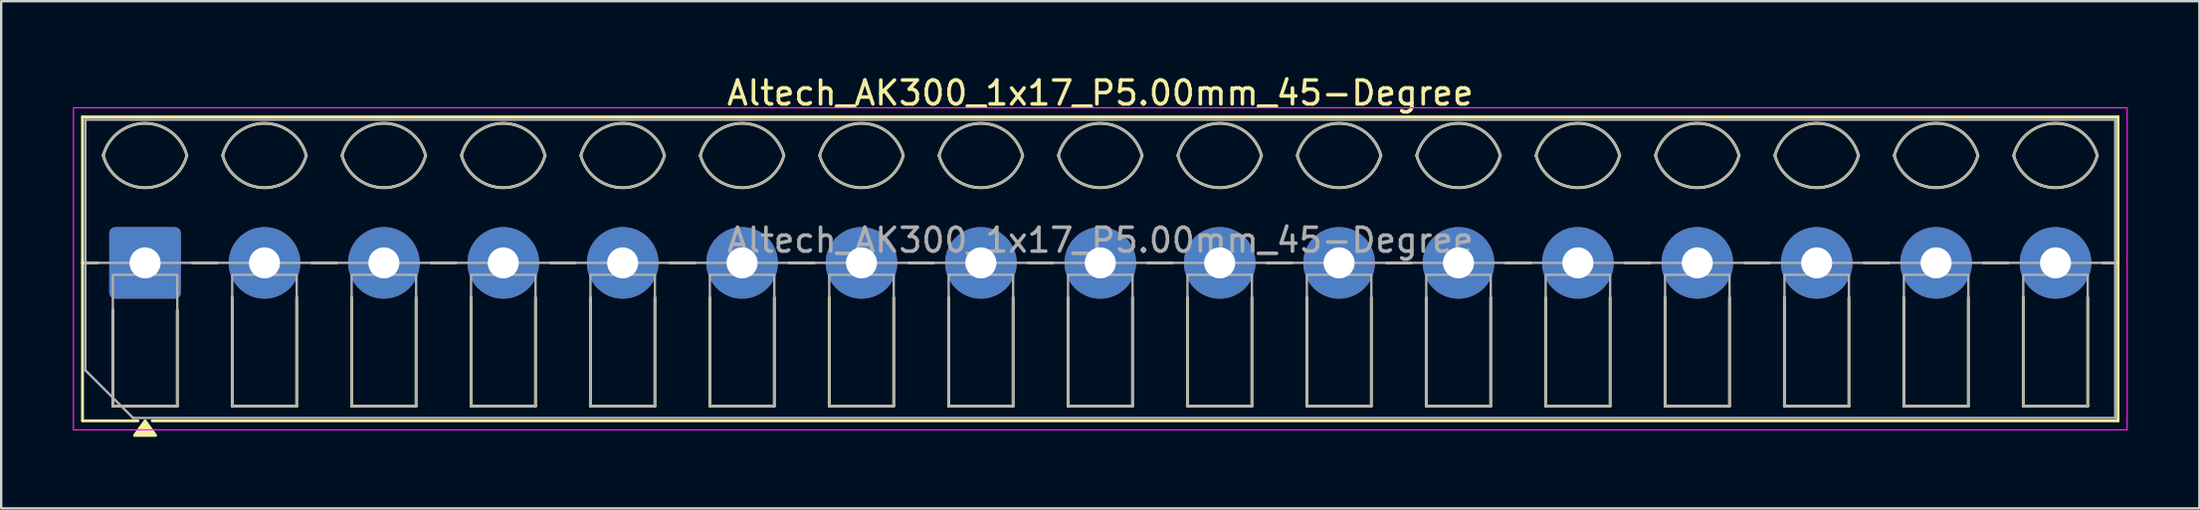
<source format=kicad_pcb>
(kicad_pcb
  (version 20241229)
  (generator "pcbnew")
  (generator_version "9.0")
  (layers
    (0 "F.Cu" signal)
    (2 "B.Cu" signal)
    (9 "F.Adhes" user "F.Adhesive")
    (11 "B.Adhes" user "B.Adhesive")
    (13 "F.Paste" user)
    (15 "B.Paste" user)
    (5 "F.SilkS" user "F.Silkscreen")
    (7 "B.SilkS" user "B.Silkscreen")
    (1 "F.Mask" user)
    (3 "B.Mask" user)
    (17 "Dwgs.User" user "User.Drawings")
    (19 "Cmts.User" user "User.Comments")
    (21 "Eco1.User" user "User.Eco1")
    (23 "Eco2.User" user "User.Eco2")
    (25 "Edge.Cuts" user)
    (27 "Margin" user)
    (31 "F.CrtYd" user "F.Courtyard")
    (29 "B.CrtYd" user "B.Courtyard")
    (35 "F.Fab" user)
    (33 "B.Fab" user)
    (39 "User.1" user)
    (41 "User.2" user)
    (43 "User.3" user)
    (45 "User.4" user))
  (footprint "Altech_AK300_1x17_P5.00mm_45-Degree"
    (layer "F.Cu")
    (at 3.025 7.968)
    (property "Reference" "Altech_AK300_1x17_P5.00mm_45-Degree" (at 40 -7.12 0) (layer "F.SilkS") (effects (font (size 1 1) (thickness 0.15))))
    (attr through_hole)
    (fp_line (start -2.62 -6.12) (end 82.62 -6.12) (stroke (width 0.12) (type solid)) (layer "F.SilkS"))
    (fp_line (start -2.62 0) (end -1.98 0) (stroke (width 0.12) (type solid)) (layer "F.SilkS"))
    (fp_line (start -2.62 6.62) (end -2.62 -6.12) (stroke (width 0.12) (type solid)) (layer "F.SilkS"))
    (fp_line (start -1.35 6) (end -1.35 1.98) (stroke (width 0.12) (type solid)) (layer "F.SilkS"))
    (fp_line (start -0.3 6.62) (end -2.62 6.62) (stroke (width 0.12) (type solid)) (layer "F.SilkS"))
    (fp_line (start 1.35 1.98) (end 1.35 6) (stroke (width 0.12) (type solid)) (layer "F.SilkS"))
    (fp_line (start 1.35 6) (end -1.35 6) (stroke (width 0.12) (type solid)) (layer "F.SilkS"))
    (fp_line (start 1.98 0) (end 3.02 0) (stroke (width 0.12) (type solid)) (layer "F.SilkS"))
    (fp_line (start 3.65 6) (end 3.65 1.448) (stroke (width 0.12) (type solid)) (layer "F.SilkS"))
    (fp_line (start 6.35 1.448) (end 6.35 6) (stroke (width 0.12) (type solid)) (layer "F.SilkS"))
    (fp_line (start 6.35 6) (end 3.65 6) (stroke (width 0.12) (type solid)) (layer "F.SilkS"))
    (fp_line (start 6.98 0) (end 8.02 0) (stroke (width 0.12) (type solid)) (layer "F.SilkS"))
    (fp_line (start 8.65 6) (end 8.65 1.448) (stroke (width 0.12) (type solid)) (layer "F.SilkS"))
    (fp_line (start 11.35 1.448) (end 11.35 6) (stroke (width 0.12) (type solid)) (layer "F.SilkS"))
    (fp_line (start 11.35 6) (end 8.65 6) (stroke (width 0.12) (type solid)) (layer "F.SilkS"))
    (fp_line (start 11.98 0) (end 13.02 0) (stroke (width 0.12) (type solid)) (layer "F.SilkS"))
    (fp_line (start 13.65 6) (end 13.65 1.448) (stroke (width 0.12) (type solid)) (layer "F.SilkS"))
    (fp_line (start 16.35 1.448) (end 16.35 6) (stroke (width 0.12) (type solid)) (layer "F.SilkS"))
    (fp_line (start 16.35 6) (end 13.65 6) (stroke (width 0.12) (type solid)) (layer "F.SilkS"))
    (fp_line (start 16.98 0) (end 18.02 0) (stroke (width 0.12) (type solid)) (layer "F.SilkS"))
    (fp_line (start 18.65 6) (end 18.65 1.448) (stroke (width 0.12) (type solid)) (layer "F.SilkS"))
    (fp_line (start 21.35 1.448) (end 21.35 6) (stroke (width 0.12) (type solid)) (layer "F.SilkS"))
    (fp_line (start 21.35 6) (end 18.65 6) (stroke (width 0.12) (type solid)) (layer "F.SilkS"))
    (fp_line (start 21.98 0) (end 23.02 0) (stroke (width 0.12) (type solid)) (layer "F.SilkS"))
    (fp_line (start 23.65 6) (end 23.65 1.448) (stroke (width 0.12) (type solid)) (layer "F.SilkS"))
    (fp_line (start 26.35 1.448) (end 26.35 6) (stroke (width 0.12) (type solid)) (layer "F.SilkS"))
    (fp_line (start 26.35 6) (end 23.65 6) (stroke (width 0.12) (type solid)) (layer "F.SilkS"))
    (fp_line (start 26.98 0) (end 28.02 0) (stroke (width 0.12) (type solid)) (layer "F.SilkS"))
    (fp_line (start 28.65 6) (end 28.65 1.448) (stroke (width 0.12) (type solid)) (layer "F.SilkS"))
    (fp_line (start 31.35 1.448) (end 31.35 6) (stroke (width 0.12) (type solid)) (layer "F.SilkS"))
    (fp_line (start 31.35 6) (end 28.65 6) (stroke (width 0.12) (type solid)) (layer "F.SilkS"))
    (fp_line (start 31.98 0) (end 33.02 0) (stroke (width 0.12) (type solid)) (layer "F.SilkS"))
    (fp_line (start 33.65 6) (end 33.65 1.448) (stroke (width 0.12) (type solid)) (layer "F.SilkS"))
    (fp_line (start 36.35 1.448) (end 36.35 6) (stroke (width 0.12) (type solid)) (layer "F.SilkS"))
    (fp_line (start 36.35 6) (end 33.65 6) (stroke (width 0.12) (type solid)) (layer "F.SilkS"))
    (fp_line (start 36.98 0) (end 38.02 0) (stroke (width 0.12) (type solid)) (layer "F.SilkS"))
    (fp_line (start 38.65 6) (end 38.65 1.448) (stroke (width 0.12) (type solid)) (layer "F.SilkS"))
    (fp_line (start 41.35 1.448) (end 41.35 6) (stroke (width 0.12) (type solid)) (layer "F.SilkS"))
    (fp_line (start 41.35 6) (end 38.65 6) (stroke (width 0.12) (type solid)) (layer "F.SilkS"))
    (fp_line (start 41.98 0) (end 43.02 0) (stroke (width 0.12) (type solid)) (layer "F.SilkS"))
    (fp_line (start 43.65 6) (end 43.65 1.448) (stroke (width 0.12) (type solid)) (layer "F.SilkS"))
    (fp_line (start 46.35 1.448) (end 46.35 6) (stroke (width 0.12) (type solid)) (layer "F.SilkS"))
    (fp_line (start 46.35 6) (end 43.65 6) (stroke (width 0.12) (type solid)) (layer "F.SilkS"))
    (fp_line (start 46.98 0) (end 48.02 0) (stroke (width 0.12) (type solid)) (layer "F.SilkS"))
    (fp_line (start 48.65 6) (end 48.65 1.448) (stroke (width 0.12) (type solid)) (layer "F.SilkS"))
    (fp_line (start 51.35 1.448) (end 51.35 6) (stroke (width 0.12) (type solid)) (layer "F.SilkS"))
    (fp_line (start 51.35 6) (end 48.65 6) (stroke (width 0.12) (type solid)) (layer "F.SilkS"))
    (fp_line (start 51.98 0) (end 53.02 0) (stroke (width 0.12) (type solid)) (layer "F.SilkS"))
    (fp_line (start 53.65 6) (end 53.65 1.448) (stroke (width 0.12) (type solid)) (layer "F.SilkS"))
    (fp_line (start 56.35 1.448) (end 56.35 6) (stroke (width 0.12) (type solid)) (layer "F.SilkS"))
    (fp_line (start 56.35 6) (end 53.65 6) (stroke (width 0.12) (type solid)) (layer "F.SilkS"))
    (fp_line (start 56.98 0) (end 58.02 0) (stroke (width 0.12) (type solid)) (layer "F.SilkS"))
    (fp_line (start 58.65 6) (end 58.65 1.448) (stroke (width 0.12) (type solid)) (layer "F.SilkS"))
    (fp_line (start 61.35 1.448) (end 61.35 6) (stroke (width 0.12) (type solid)) (layer "F.SilkS"))
    (fp_line (start 61.35 6) (end 58.65 6) (stroke (width 0.12) (type solid)) (layer "F.SilkS"))
    (fp_line (start 61.98 0) (end 63.02 0) (stroke (width 0.12) (type solid)) (layer "F.SilkS"))
    (fp_line (start 63.65 6) (end 63.65 1.448) (stroke (width 0.12) (type solid)) (layer "F.SilkS"))
    (fp_line (start 66.35 1.448) (end 66.35 6) (stroke (width 0.12) (type solid)) (layer "F.SilkS"))
    (fp_line (start 66.35 6) (end 63.65 6) (stroke (width 0.12) (type solid)) (layer "F.SilkS"))
    (fp_line (start 66.98 0) (end 68.02 0) (stroke (width 0.12) (type solid)) (layer "F.SilkS"))
    (fp_line (start 68.65 6) (end 68.65 1.448) (stroke (width 0.12) (type solid)) (layer "F.SilkS"))
    (fp_line (start 71.35 1.448) (end 71.35 6) (stroke (width 0.12) (type solid)) (layer "F.SilkS"))
    (fp_line (start 71.35 6) (end 68.65 6) (stroke (width 0.12) (type solid)) (layer "F.SilkS"))
    (fp_line (start 71.98 0) (end 73.02 0) (stroke (width 0.12) (type solid)) (layer "F.SilkS"))
    (fp_line (start 73.65 6) (end 73.65 1.448) (stroke (width 0.12) (type solid)) (layer "F.SilkS"))
    (fp_line (start 76.35 1.448) (end 76.35 6) (stroke (width 0.12) (type solid)) (layer "F.SilkS"))
    (fp_line (start 76.35 6) (end 73.65 6) (stroke (width 0.12) (type solid)) (layer "F.SilkS"))
    (fp_line (start 76.98 0) (end 78.02 0) (stroke (width 0.12) (type solid)) (layer "F.SilkS"))
    (fp_line (start 78.65 6) (end 78.65 1.448) (stroke (width 0.12) (type solid)) (layer "F.SilkS"))
    (fp_line (start 81.35 1.448) (end 81.35 6) (stroke (width 0.12) (type solid)) (layer "F.SilkS"))
    (fp_line (start 81.35 6) (end 78.65 6) (stroke (width 0.12) (type solid)) (layer "F.SilkS"))
    (fp_line (start 81.98 0) (end 82.62 0) (stroke (width 0.12) (type solid)) (layer "F.SilkS"))
    (fp_line (start 82.62 -6.12) (end 82.62 6.62) (stroke (width 0.12) (type solid)) (layer "F.SilkS"))
    (fp_line (start 82.62 6.62) (end 0.3 6.62) (stroke (width 0.12) (type solid)) (layer "F.SilkS"))
    (fp_arc (start -1.75 -4.5) (mid 0 -5.85) (end 1.75 -4.5) (stroke (width 0.12) (type solid)) (layer "F.SilkS"))
    (fp_arc (start 1.75 -4.5) (mid 0 -3.15) (end -1.75 -4.5) (stroke (width 0.12) (type solid)) (layer "F.SilkS"))
    (fp_arc (start 3.25 -4.5) (mid 5 -5.85) (end 6.75 -4.5) (stroke (width 0.12) (type solid)) (layer "F.SilkS"))
    (fp_arc (start 6.75 -4.5) (mid 5 -3.15) (end 3.25 -4.5) (stroke (width 0.12) (type solid)) (layer "F.SilkS"))
    (fp_arc (start 8.25 -4.5) (mid 10 -5.85) (end 11.75 -4.5) (stroke (width 0.12) (type solid)) (layer "F.SilkS"))
    (fp_arc (start 11.75 -4.5) (mid 10 -3.15) (end 8.25 -4.5) (stroke (width 0.12) (type solid)) (layer "F.SilkS"))
    (fp_arc (start 13.25 -4.5) (mid 15 -5.85) (end 16.75 -4.5) (stroke (width 0.12) (type solid)) (layer "F.SilkS"))
    (fp_arc (start 16.75 -4.5) (mid 15 -3.15) (end 13.25 -4.5) (stroke (width 0.12) (type solid)) (layer "F.SilkS"))
    (fp_arc (start 18.25 -4.5) (mid 20 -5.85) (end 21.75 -4.5) (stroke (width 0.12) (type solid)) (layer "F.SilkS"))
    (fp_arc (start 21.75 -4.5) (mid 20 -3.15) (end 18.25 -4.5) (stroke (width 0.12) (type solid)) (layer "F.SilkS"))
    (fp_arc (start 23.25 -4.5) (mid 25 -5.85) (end 26.75 -4.5) (stroke (width 0.12) (type solid)) (layer "F.SilkS"))
    (fp_arc (start 26.75 -4.5) (mid 25 -3.15) (end 23.25 -4.5) (stroke (width 0.12) (type solid)) (layer "F.SilkS"))
    (fp_arc (start 28.25 -4.5) (mid 30 -5.85) (end 31.75 -4.5) (stroke (width 0.12) (type solid)) (layer "F.SilkS"))
    (fp_arc (start 31.75 -4.5) (mid 30 -3.15) (end 28.25 -4.5) (stroke (width 0.12) (type solid)) (layer "F.SilkS"))
    (fp_arc (start 33.25 -4.5) (mid 35 -5.85) (end 36.75 -4.5) (stroke (width 0.12) (type solid)) (layer "F.SilkS"))
    (fp_arc (start 36.75 -4.5) (mid 35 -3.15) (end 33.25 -4.5) (stroke (width 0.12) (type solid)) (layer "F.SilkS"))
    (fp_arc (start 38.25 -4.5) (mid 40 -5.85) (end 41.75 -4.5) (stroke (width 0.12) (type solid)) (layer "F.SilkS"))
    (fp_arc (start 41.75 -4.5) (mid 40 -3.15) (end 38.25 -4.5) (stroke (width 0.12) (type solid)) (layer "F.SilkS"))
    (fp_arc (start 43.25 -4.5) (mid 45 -5.85) (end 46.75 -4.5) (stroke (width 0.12) (type solid)) (layer "F.SilkS"))
    (fp_arc (start 46.75 -4.5) (mid 45 -3.15) (end 43.25 -4.5) (stroke (width 0.12) (type solid)) (layer "F.SilkS"))
    (fp_arc (start 48.25 -4.5) (mid 50 -5.85) (end 51.75 -4.5) (stroke (width 0.12) (type solid)) (layer "F.SilkS"))
    (fp_arc (start 51.75 -4.5) (mid 50 -3.15) (end 48.25 -4.5) (stroke (width 0.12) (type solid)) (layer "F.SilkS"))
    (fp_arc (start 53.25 -4.5) (mid 55 -5.85) (end 56.75 -4.5) (stroke (width 0.12) (type solid)) (layer "F.SilkS"))
    (fp_arc (start 56.75 -4.5) (mid 55 -3.15) (end 53.25 -4.5) (stroke (width 0.12) (type solid)) (layer "F.SilkS"))
    (fp_arc (start 58.25 -4.5) (mid 60 -5.85) (end 61.75 -4.5) (stroke (width 0.12) (type solid)) (layer "F.SilkS"))
    (fp_arc (start 61.75 -4.5) (mid 60 -3.15) (end 58.25 -4.5) (stroke (width 0.12) (type solid)) (layer "F.SilkS"))
    (fp_arc (start 63.25 -4.5) (mid 65 -5.85) (end 66.75 -4.5) (stroke (width 0.12) (type solid)) (layer "F.SilkS"))
    (fp_arc (start 66.75 -4.5) (mid 65 -3.15) (end 63.25 -4.5) (stroke (width 0.12) (type solid)) (layer "F.SilkS"))
    (fp_arc (start 68.25 -4.5) (mid 70 -5.85) (end 71.75 -4.5) (stroke (width 0.12) (type solid)) (layer "F.SilkS"))
    (fp_arc (start 71.75 -4.5) (mid 70 -3.15) (end 68.25 -4.5) (stroke (width 0.12) (type solid)) (layer "F.SilkS"))
    (fp_arc (start 73.25 -4.5) (mid 75 -5.85) (end 76.75 -4.5) (stroke (width 0.12) (type solid)) (layer "F.SilkS"))
    (fp_arc (start 76.75 -4.5) (mid 75 -3.15) (end 73.25 -4.5) (stroke (width 0.12) (type solid)) (layer "F.SilkS"))
    (fp_arc (start 78.25 -4.5) (mid 80 -5.85) (end 81.75 -4.5) (stroke (width 0.12) (type solid)) (layer "F.SilkS"))
    (fp_arc (start 81.75 -4.5) (mid 80 -3.15) (end 78.25 -4.5) (stroke (width 0.12) (type solid)) (layer "F.SilkS"))
    (fp_poly (pts (xy 0 6.62) (xy 0.44 7.23) (xy -0.44 7.23)) (stroke (width 0.12) (type solid)) (fill yes) (layer "F.SilkS"))
    (fp_rect (start -3 -6.5) (end 83 7) (stroke (width 0.05) (type solid)) (fill no) (layer "F.CrtYd"))
    (fp_line (start -2.5 -6) (end 82.5 -6) (stroke (width 0.1) (type solid)) (layer "F.Fab"))
    (fp_line (start -2.5 0) (end 82.5 0) (stroke (width 0.1) (type solid)) (layer "F.Fab"))
    (fp_line (start -2.5 4.5) (end -2.5 -6) (stroke (width 0.1) (type solid)) (layer "F.Fab"))
    (fp_line (start -0.5 6.5) (end -2.5 4.5) (stroke (width 0.1) (type solid)) (layer "F.Fab"))
    (fp_line (start 82.5 -6) (end 82.5 6.5) (stroke (width 0.1) (type solid)) (layer "F.Fab"))
    (fp_line (start 82.5 6.5) (end -0.5 6.5) (stroke (width 0.1) (type solid)) (layer "F.Fab"))
    (fp_rect (start -1.35 0.5) (end 1.35 6) (stroke (width 0.1) (type solid)) (fill no) (layer "F.Fab"))
    (fp_rect (start 3.65 0.5) (end 6.35 6) (stroke (width 0.1) (type solid)) (fill no) (layer "F.Fab"))
    (fp_rect (start 8.65 0.5) (end 11.351 6) (stroke (width 0.1) (type solid)) (fill no) (layer "F.Fab"))
    (fp_rect (start 13.65 0.5) (end 16.351 6) (stroke (width 0.1) (type solid)) (fill no) (layer "F.Fab"))
    (fp_rect (start 18.65 0.5) (end 21.35 6) (stroke (width 0.1) (type solid)) (fill no) (layer "F.Fab"))
    (fp_rect (start 23.65 0.5) (end 26.35 6) (stroke (width 0.1) (type solid)) (fill no) (layer "F.Fab"))
    (fp_rect (start 28.65 0.5) (end 31.35 6) (stroke (width 0.1) (type solid)) (fill no) (layer "F.Fab"))
    (fp_rect (start 33.65 0.5) (end 36.35 6) (stroke (width 0.1) (type solid)) (fill no) (layer "F.Fab"))
    (fp_rect (start 38.65 0.5) (end 41.35 6) (stroke (width 0.1) (type solid)) (fill no) (layer "F.Fab"))
    (fp_rect (start 43.65 0.5) (end 46.35 6) (stroke (width 0.1) (type solid)) (fill no) (layer "F.Fab"))
    (fp_rect (start 48.65 0.5) (end 51.35 6) (stroke (width 0.1) (type solid)) (fill no) (layer "F.Fab"))
    (fp_rect (start 53.65 0.5) (end 56.35 6) (stroke (width 0.1) (type solid)) (fill no) (layer "F.Fab"))
    (fp_rect (start 58.65 0.5) (end 61.35 6) (stroke (width 0.1) (type solid)) (fill no) (layer "F.Fab"))
    (fp_rect (start 63.65 0.5) (end 66.35 6) (stroke (width 0.1) (type solid)) (fill no) (layer "F.Fab"))
    (fp_rect (start 68.65 0.5) (end 71.35 6) (stroke (width 0.1) (type solid)) (fill no) (layer "F.Fab"))
    (fp_rect (start 73.65 0.5) (end 76.35 6) (stroke (width 0.1) (type solid)) (fill no) (layer "F.Fab"))
    (fp_rect (start 78.65 0.5) (end 81.35 6) (stroke (width 0.1) (type solid)) (fill no) (layer "F.Fab"))
    (fp_arc (start -1.75 -4.5) (mid 0 -5.85) (end 1.75 -4.5) (stroke (width 0.1) (type solid)) (layer "F.Fab"))
    (fp_arc (start 1.75 -4.5) (mid 0 -3.15) (end -1.75 -4.5) (stroke (width 0.1) (type solid)) (layer "F.Fab"))
    (fp_arc (start 3.25 -4.5) (mid 5 -5.85) (end 6.75 -4.5) (stroke (width 0.1) (type solid)) (layer "F.Fab"))
    (fp_arc (start 6.75 -4.5) (mid 5 -3.15) (end 3.25 -4.5) (stroke (width 0.1) (type solid)) (layer "F.Fab"))
    (fp_arc (start 8.25 -4.5) (mid 10 -5.85) (end 11.75 -4.5) (stroke (width 0.1) (type solid)) (layer "F.Fab"))
    (fp_arc (start 11.75 -4.5) (mid 10 -3.15) (end 8.25 -4.5) (stroke (width 0.1) (type solid)) (layer "F.Fab"))
    (fp_arc (start 13.25 -4.5) (mid 15 -5.85) (end 16.75 -4.5) (stroke (width 0.1) (type solid)) (layer "F.Fab"))
    (fp_arc (start 16.75 -4.5) (mid 15 -3.15) (end 13.25 -4.5) (stroke (width 0.1) (type solid)) (layer "F.Fab"))
    (fp_arc (start 18.25 -4.5) (mid 20 -5.85) (end 21.75 -4.5) (stroke (width 0.1) (type solid)) (layer "F.Fab"))
    (fp_arc (start 21.75 -4.5) (mid 20 -3.15) (end 18.25 -4.5) (stroke (width 0.1) (type solid)) (layer "F.Fab"))
    (fp_arc (start 23.25 -4.5) (mid 25 -5.85) (end 26.75 -4.5) (stroke (width 0.1) (type solid)) (layer "F.Fab"))
    (fp_arc (start 26.75 -4.5) (mid 25 -3.15) (end 23.25 -4.5) (stroke (width 0.1) (type solid)) (layer "F.Fab"))
    (fp_arc (start 28.25 -4.5) (mid 30 -5.85) (end 31.75 -4.5) (stroke (width 0.1) (type solid)) (layer "F.Fab"))
    (fp_arc (start 31.75 -4.5) (mid 30 -3.15) (end 28.25 -4.5) (stroke (width 0.1) (type solid)) (layer "F.Fab"))
    (fp_arc (start 33.25 -4.5) (mid 35 -5.85) (end 36.75 -4.5) (stroke (width 0.1) (type solid)) (layer "F.Fab"))
    (fp_arc (start 36.75 -4.5) (mid 35 -3.15) (end 33.25 -4.5) (stroke (width 0.1) (type solid)) (layer "F.Fab"))
    (fp_arc (start 38.25 -4.5) (mid 40 -5.85) (end 41.75 -4.5) (stroke (width 0.1) (type solid)) (layer "F.Fab"))
    (fp_arc (start 41.75 -4.5) (mid 40 -3.15) (end 38.25 -4.5) (stroke (width 0.1) (type solid)) (layer "F.Fab"))
    (fp_arc (start 43.25 -4.5) (mid 45 -5.85) (end 46.75 -4.5) (stroke (width 0.1) (type solid)) (layer "F.Fab"))
    (fp_arc (start 46.75 -4.5) (mid 45 -3.15) (end 43.25 -4.5) (stroke (width 0.1) (type solid)) (layer "F.Fab"))
    (fp_arc (start 48.25 -4.5) (mid 50 -5.85) (end 51.75 -4.5) (stroke (width 0.1) (type solid)) (layer "F.Fab"))
    (fp_arc (start 51.75 -4.5) (mid 50 -3.15) (end 48.25 -4.5) (stroke (width 0.1) (type solid)) (layer "F.Fab"))
    (fp_arc (start 53.25 -4.5) (mid 55 -5.85) (end 56.75 -4.5) (stroke (width 0.1) (type solid)) (layer "F.Fab"))
    (fp_arc (start 56.75 -4.5) (mid 55 -3.15) (end 53.25 -4.5) (stroke (width 0.1) (type solid)) (layer "F.Fab"))
    (fp_arc (start 58.25 -4.5) (mid 60 -5.85) (end 61.75 -4.5) (stroke (width 0.1) (type solid)) (layer "F.Fab"))
    (fp_arc (start 61.75 -4.5) (mid 60 -3.15) (end 58.25 -4.5) (stroke (width 0.1) (type solid)) (layer "F.Fab"))
    (fp_arc (start 63.25 -4.5) (mid 65 -5.85) (end 66.75 -4.5) (stroke (width 0.1) (type solid)) (layer "F.Fab"))
    (fp_arc (start 66.75 -4.5) (mid 65 -3.15) (end 63.25 -4.5) (stroke (width 0.1) (type solid)) (layer "F.Fab"))
    (fp_arc (start 68.25 -4.5) (mid 70 -5.85) (end 71.75 -4.5) (stroke (width 0.1) (type solid)) (layer "F.Fab"))
    (fp_arc (start 71.75 -4.5) (mid 70 -3.15) (end 68.25 -4.5) (stroke (width 0.1) (type solid)) (layer "F.Fab"))
    (fp_arc (start 73.25 -4.5) (mid 75 -5.85) (end 76.75 -4.5) (stroke (width 0.1) (type solid)) (layer "F.Fab"))
    (fp_arc (start 76.75 -4.5) (mid 75 -3.15) (end 73.25 -4.5) (stroke (width 0.1) (type solid)) (layer "F.Fab"))
    (fp_arc (start 78.25 -4.5) (mid 80 -5.85) (end 81.75 -4.5) (stroke (width 0.1) (type solid)) (layer "F.Fab"))
    (fp_arc (start 81.75 -4.5) (mid 80 -3.15) (end 78.25 -4.5) (stroke (width 0.1) (type solid)) (layer "F.Fab"))
    (fp_text user "${REFERENCE}" (at 40 -0.95 0) (layer "F.Fab") (effects (font (size 1 1) (thickness 0.15))))
    (pad "1" thru_hole roundrect (at 0 0) (size 3 3) (drill 1.3) (layers "*.Cu" "*.Mask") (roundrect_rratio 0.083))
    (pad "2" thru_hole circle (at 5 0) (size 3 3) (drill 1.3) (layers "*.Cu" "*.Mask"))
    (pad "3" thru_hole circle (at 10 0) (size 3 3) (drill 1.3) (layers "*.Cu" "*.Mask"))
    (pad "4" thru_hole circle (at 15 0) (size 3 3) (drill 1.3) (layers "*.Cu" "*.Mask"))
    (pad "5" thru_hole circle (at 20 0) (size 3 3) (drill 1.3) (layers "*.Cu" "*.Mask"))
    (pad "6" thru_hole circle (at 25 0) (size 3 3) (drill 1.3) (layers "*.Cu" "*.Mask"))
    (pad "7" thru_hole circle (at 30 0) (size 3 3) (drill 1.3) (layers "*.Cu" "*.Mask"))
    (pad "8" thru_hole circle (at 35 0) (size 3 3) (drill 1.3) (layers "*.Cu" "*.Mask"))
    (pad "9" thru_hole circle (at 40 0) (size 3 3) (drill 1.3) (layers "*.Cu" "*.Mask"))
    (pad "10" thru_hole circle (at 45 0) (size 3 3) (drill 1.3) (layers "*.Cu" "*.Mask"))
    (pad "11" thru_hole circle (at 50 0) (size 3 3) (drill 1.3) (layers "*.Cu" "*.Mask"))
    (pad "12" thru_hole circle (at 55 0) (size 3 3) (drill 1.3) (layers "*.Cu" "*.Mask"))
    (pad "13" thru_hole circle (at 60 0) (size 3 3) (drill 1.3) (layers "*.Cu" "*.Mask"))
    (pad "14" thru_hole circle (at 65 0) (size 3 3) (drill 1.3) (layers "*.Cu" "*.Mask"))
    (pad "15" thru_hole circle (at 70 0) (size 3 3) (drill 1.3) (layers "*.Cu" "*.Mask"))
    (pad "16" thru_hole circle (at 75 0) (size 3 3) (drill 1.3) (layers "*.Cu" "*.Mask"))
    (pad "17" thru_hole circle (at 80 0) (size 3 3) (drill 1.3) (layers "*.Cu" "*.Mask")))
  (gr_rect
    (start -3 -3)
    (end 89.05 18.258)
    (stroke (width 0.1) (type default))
    (fill no)
    (layer "Edge.Cuts")))
</source>
